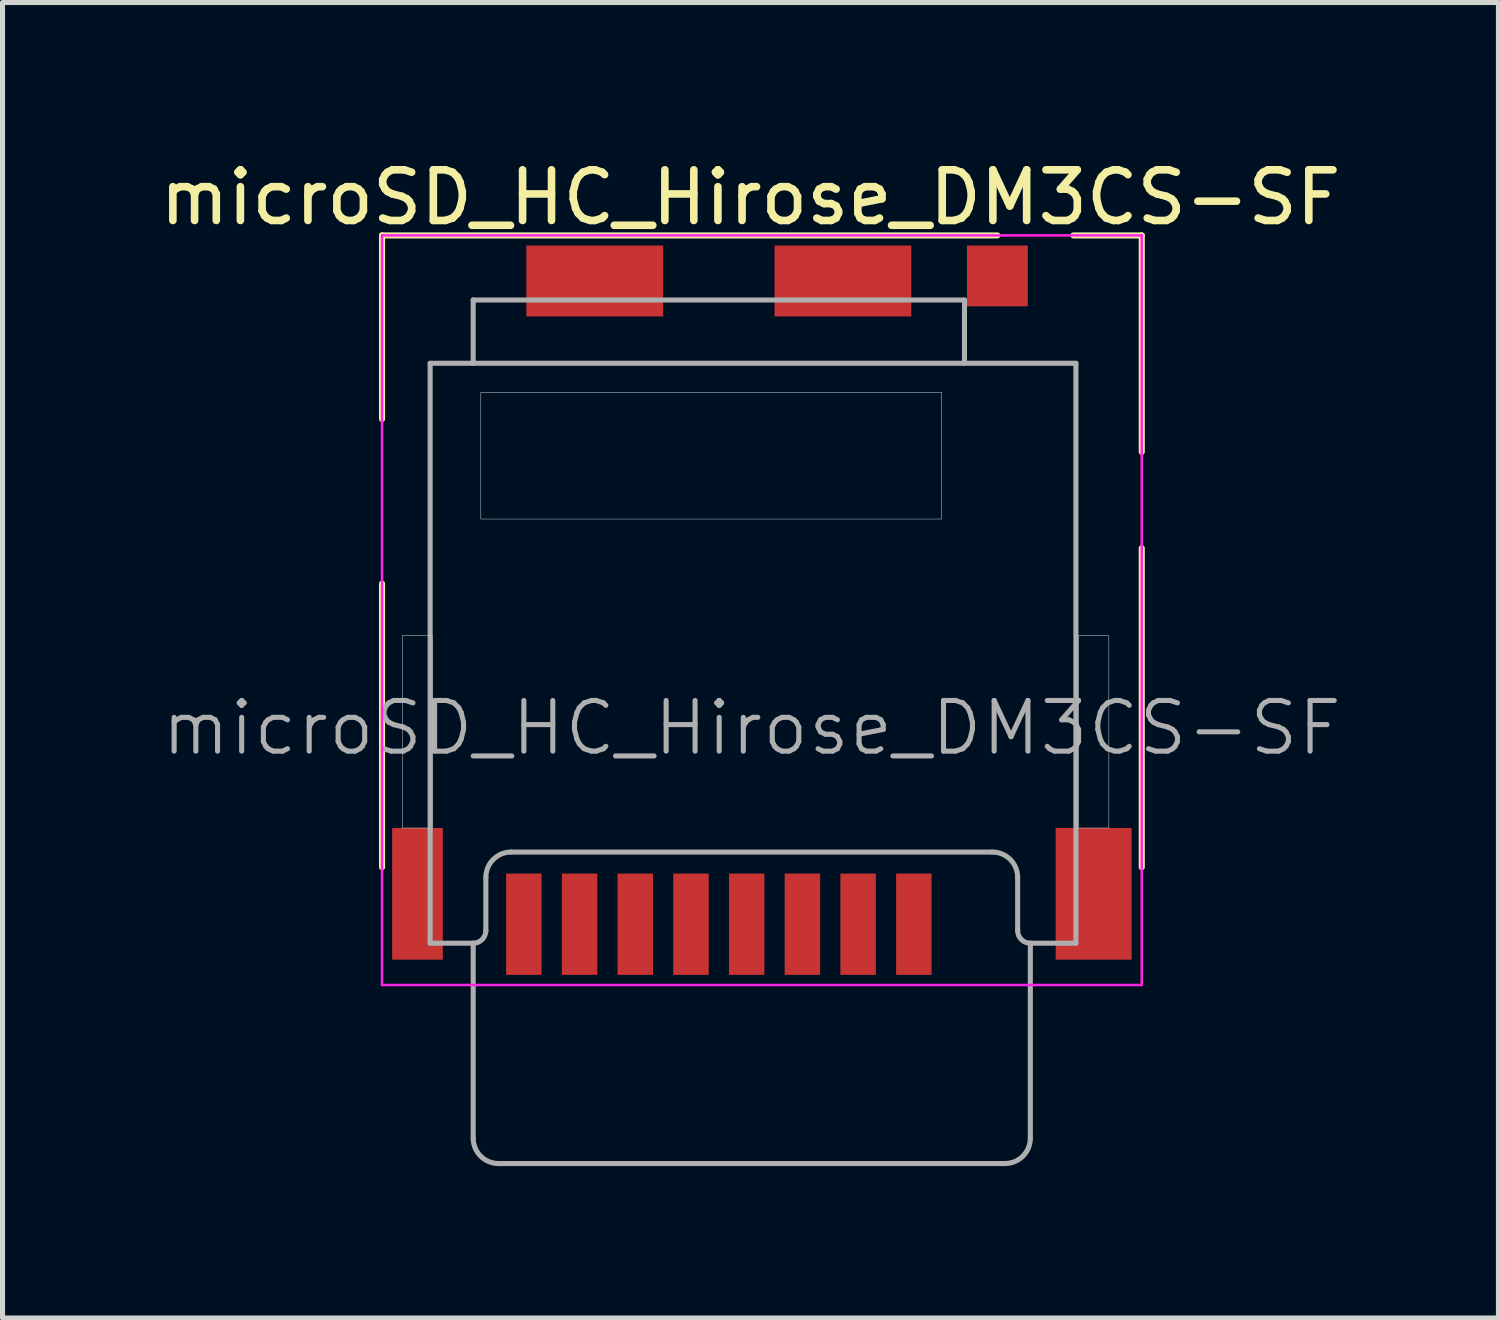
<source format=kicad_pcb>
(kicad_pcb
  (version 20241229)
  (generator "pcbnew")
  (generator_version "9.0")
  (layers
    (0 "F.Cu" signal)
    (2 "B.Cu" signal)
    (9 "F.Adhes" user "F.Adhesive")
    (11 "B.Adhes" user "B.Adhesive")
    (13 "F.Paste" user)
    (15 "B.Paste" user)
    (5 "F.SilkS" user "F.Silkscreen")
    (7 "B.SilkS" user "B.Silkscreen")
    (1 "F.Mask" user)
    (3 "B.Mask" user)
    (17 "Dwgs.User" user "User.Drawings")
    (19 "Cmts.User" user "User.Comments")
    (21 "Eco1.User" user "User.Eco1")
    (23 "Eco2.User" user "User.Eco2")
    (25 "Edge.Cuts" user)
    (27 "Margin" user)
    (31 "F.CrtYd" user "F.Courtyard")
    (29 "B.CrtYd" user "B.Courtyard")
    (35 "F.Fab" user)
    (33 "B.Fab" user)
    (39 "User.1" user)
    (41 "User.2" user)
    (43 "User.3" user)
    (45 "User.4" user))
  (footprint "microSD_HC_Hirose_DM3CS-SF"
    (layer "F.Cu")
    (at 11.818 9.848)
    (property "Reference" "microSD_HC_Hirose_DM3CS-SF" (at -0.05 -9 0) (layer "F.SilkS") (effects (font (size 1 1) (thickness 0.15))))
    (attr smd)
    (fp_line (start -7.325 -8.25) (end 4.825 -8.25) (stroke (width 0.12) (type solid)) (layer "F.SilkS"))
    (fp_line (start -7.325 -4.625) (end -7.325 -8.25) (stroke (width 0.12) (type solid)) (layer "F.SilkS"))
    (fp_line (start -7.325 -1.375) (end -7.325 4.225) (stroke (width 0.12) (type solid)) (layer "F.SilkS"))
    (fp_line (start 6.325 -8.25) (end 7.675 -8.25) (stroke (width 0.12) (type solid)) (layer "F.SilkS"))
    (fp_line (start 7.675 -8.25) (end 7.675 -3.975) (stroke (width 0.12) (type solid)) (layer "F.SilkS"))
    (fp_line (start 7.675 -2.075) (end 7.675 4.225) (stroke (width 0.12) (type solid)) (layer "F.SilkS"))
    (fp_poly (pts (xy -6.325 3.45) (xy -6.925 3.45) (xy -6.925 -0.35) (xy -6.325 -0.35)) (stroke (width 0.01) (type solid)) (fill no) (layer "Dwgs.User"))
    (fp_poly (pts (xy 3.725 -2.65) (xy -5.375 -2.65) (xy -5.375 -5.15) (xy 3.725 -5.15)) (stroke (width 0.01) (type solid)) (fill no) (layer "Dwgs.User"))
    (fp_poly (pts (xy 7.025 3.45) (xy 6.425 3.45) (xy 6.425 -0.35) (xy 7.025 -0.35)) (stroke (width 0.01) (type solid)) (fill no) (layer "Dwgs.User"))
    (fp_line (start -7.325 -8.25) (end 7.675 -8.25) (stroke (width 0.05) (type solid)) (layer "F.CrtYd"))
    (fp_line (start -7.325 6.55) (end -7.325 -8.25) (stroke (width 0.05) (type solid)) (layer "F.CrtYd"))
    (fp_line (start 7.675 -8.25) (end 7.675 6.55) (stroke (width 0.05) (type solid)) (layer "F.CrtYd"))
    (fp_line (start 7.675 6.55) (end -7.325 6.55) (stroke (width 0.05) (type solid)) (layer "F.CrtYd"))
    (fp_line (start -6.375 -5.725) (end 6.375 -5.725) (stroke (width 0.1) (type solid)) (layer "F.Fab"))
    (fp_line (start -6.375 5.725) (end -6.375 -5.725) (stroke (width 0.1) (type solid)) (layer "F.Fab"))
    (fp_line (start -6.375 5.725) (end -5.525 5.725) (stroke (width 0.1) (type solid)) (layer "F.Fab"))
    (fp_line (start -5.525 -6.975) (end 4.175 -6.975) (stroke (width 0.1) (type solid)) (layer "F.Fab"))
    (fp_line (start -5.525 -5.725) (end -5.525 -6.975) (stroke (width 0.1) (type solid)) (layer "F.Fab"))
    (fp_line (start -5.525 5.725) (end -5.525 9.575) (stroke (width 0.1) (type solid)) (layer "F.Fab"))
    (fp_line (start -5.275 5.475) (end -5.275 4.425) (stroke (width 0.1) (type solid)) (layer "F.Fab"))
    (fp_line (start -5.025 10.075) (end 4.975 10.075) (stroke (width 0.1) (type solid)) (layer "F.Fab"))
    (fp_line (start -4.775 3.925) (end 4.725 3.925) (stroke (width 0.1) (type solid)) (layer "F.Fab"))
    (fp_line (start 4.175 -5.725) (end 4.175 -6.975) (stroke (width 0.1) (type solid)) (layer "F.Fab"))
    (fp_line (start 5.225 5.475) (end 5.225 4.425) (stroke (width 0.1) (type solid)) (layer "F.Fab"))
    (fp_line (start 5.475 5.725) (end 6.375 5.725) (stroke (width 0.1) (type solid)) (layer "F.Fab"))
    (fp_line (start 5.475 9.575) (end 5.475 5.725) (stroke (width 0.1) (type solid)) (layer "F.Fab"))
    (fp_line (start 6.375 5.725) (end 6.375 -5.725) (stroke (width 0.1) (type solid)) (layer "F.Fab"))
    (fp_arc (start -5.275 4.425) (mid -5.128553 4.071447) (end -4.775 3.925) (stroke (width 0.1) (type solid)) (layer "F.Fab"))
    (fp_arc (start -5.275 5.475) (mid -5.348223 5.651777) (end -5.525 5.725) (stroke (width 0.1) (type solid)) (layer "F.Fab"))
    (fp_arc (start -5.025 10.075) (mid -5.378553 9.928553) (end -5.525 9.575) (stroke (width 0.1) (type solid)) (layer "F.Fab"))
    (fp_arc (start 4.725 3.925) (mid 5.078553 4.071447) (end 5.225 4.425) (stroke (width 0.1) (type solid)) (layer "F.Fab"))
    (fp_arc (start 5.475 5.725) (mid 5.298223 5.651777) (end 5.225 5.475) (stroke (width 0.1) (type solid)) (layer "F.Fab"))
    (fp_arc (start 5.475 9.575) (mid 5.328553 9.928553) (end 4.975 10.075) (stroke (width 0.1) (type solid)) (layer "F.Fab"))
    (fp_text user "${REFERENCE}" (at -0.025 1.475 0) (layer "F.Fab") (effects (font (size 1 1) (thickness 0.1))))
    (pad "1" smd rect (at 3.175 5.35) (size 0.7 2) (layers "F.Cu" "F.Mask" "F.Paste"))
    (pad "2" smd rect (at 2.075 5.35) (size 0.7 2) (layers "F.Cu" "F.Mask" "F.Paste"))
    (pad "3" smd rect (at 0.975 5.35) (size 0.7 2) (layers "F.Cu" "F.Mask" "F.Paste"))
    (pad "4" smd rect (at -0.125 5.35) (size 0.7 2) (layers "F.Cu" "F.Mask" "F.Paste"))
    (pad "5" smd rect (at -1.225 5.35) (size 0.7 2) (layers "F.Cu" "F.Mask" "F.Paste"))
    (pad "6" smd rect (at -2.325 5.35) (size 0.7 2) (layers "F.Cu" "F.Mask" "F.Paste"))
    (pad "7" smd rect (at -3.425 5.35) (size 0.7 2) (layers "F.Cu" "F.Mask" "F.Paste"))
    (pad "8" smd rect (at -4.525 5.35) (size 0.7 2) (layers "F.Cu" "F.Mask" "F.Paste"))
    (pad "9" smd rect (at -6.625 4.75) (size 1 2.6) (layers "F.Cu" "F.Mask" "F.Paste"))
    (pad "9" smd rect (at -3.125 -7.35) (size 2.7 1.4) (layers "F.Cu" "F.Mask" "F.Paste"))
    (pad "9" smd rect (at 1.775 -7.35) (size 2.7 1.4) (layers "F.Cu" "F.Mask" "F.Paste"))
    (pad "9" smd rect (at 4.825 -7.45) (size 1.2 1.2) (layers "F.Cu" "F.Mask" "F.Paste"))
    (pad "9" smd rect (at 6.725 4.75) (size 1.5 2.6) (layers "F.Cu" "F.Mask" "F.Paste")))
  (gr_rect
    (start -3 -3)
    (end 26.536 22.973)
    (stroke (width 0.1) (type default))
    (fill no)
    (layer "Edge.Cuts")))
</source>
